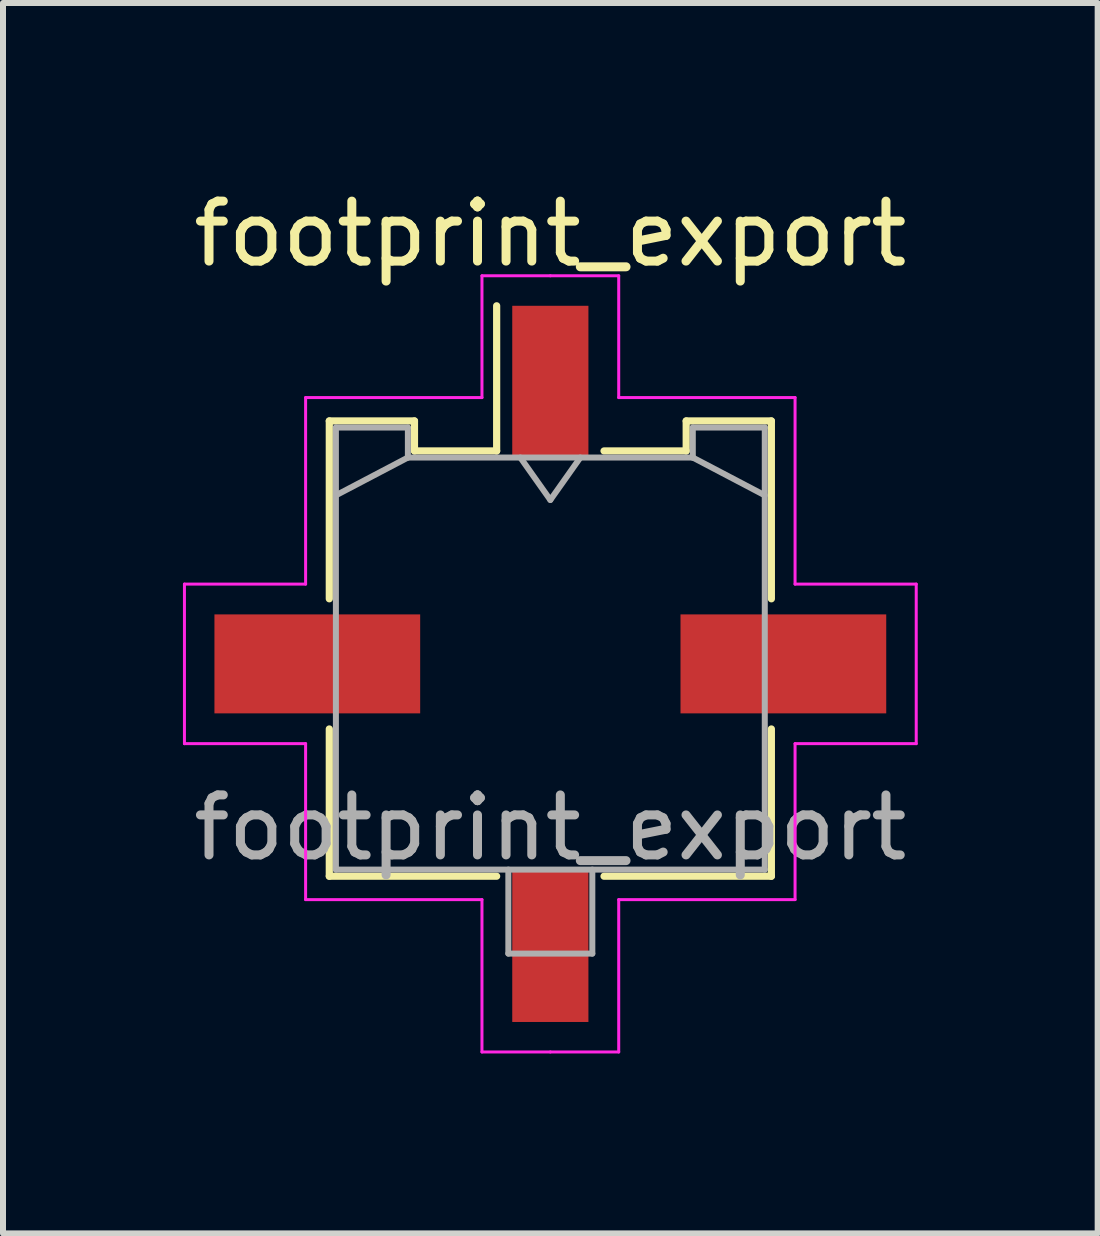
<source format=kicad_pcb>
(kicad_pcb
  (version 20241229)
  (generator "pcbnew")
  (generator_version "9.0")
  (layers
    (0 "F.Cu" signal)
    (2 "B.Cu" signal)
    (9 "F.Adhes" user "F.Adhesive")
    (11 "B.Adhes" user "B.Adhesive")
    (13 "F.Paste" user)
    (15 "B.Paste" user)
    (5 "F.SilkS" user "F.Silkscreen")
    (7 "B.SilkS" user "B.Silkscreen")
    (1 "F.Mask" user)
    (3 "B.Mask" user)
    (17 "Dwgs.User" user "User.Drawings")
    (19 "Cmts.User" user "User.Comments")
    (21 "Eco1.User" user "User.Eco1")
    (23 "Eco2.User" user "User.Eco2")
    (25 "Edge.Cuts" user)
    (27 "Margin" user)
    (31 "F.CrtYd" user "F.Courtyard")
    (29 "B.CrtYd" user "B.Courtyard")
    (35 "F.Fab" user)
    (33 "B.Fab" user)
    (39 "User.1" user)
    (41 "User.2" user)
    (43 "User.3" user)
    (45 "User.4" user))
  (footprint "footprint_export"
    (layer "F.Cu")
    (at 6.125 8.018)
    (property "Reference" "footprint_export" (at 0 -7.17 0) (layer "F.SilkS") (effects (font (size 1 1) (thickness 0.15))))
    (attr smd)
    (fp_line (start -3.685 -4.05) (end -2.265 -4.05) (stroke (width 0.12) (type solid)) (layer "F.SilkS"))
    (fp_line (start -3.685 -1.085) (end -3.685 -4.05) (stroke (width 0.12) (type solid)) (layer "F.SilkS"))
    (fp_line (start -3.685 1.085) (end -3.685 3.54) (stroke (width 0.12) (type solid)) (layer "F.SilkS"))
    (fp_line (start -3.685 3.54) (end -0.895 3.54) (stroke (width 0.12) (type solid)) (layer "F.SilkS"))
    (fp_line (start -2.265 -4.05) (end -2.265 -3.55) (stroke (width 0.12) (type solid)) (layer "F.SilkS"))
    (fp_line (start -2.265 -3.55) (end -0.895 -3.55) (stroke (width 0.12) (type solid)) (layer "F.SilkS"))
    (fp_line (start -0.895 -3.55) (end -0.895 -5.97) (stroke (width 0.12) (type solid)) (layer "F.SilkS"))
    (fp_line (start 2.265 -4.05) (end 2.265 -3.55) (stroke (width 0.12) (type solid)) (layer "F.SilkS"))
    (fp_line (start 2.265 -3.55) (end 0.895 -3.55) (stroke (width 0.12) (type solid)) (layer "F.SilkS"))
    (fp_line (start 3.685 -4.05) (end 2.265 -4.05) (stroke (width 0.12) (type solid)) (layer "F.SilkS"))
    (fp_line (start 3.685 -1.085) (end 3.685 -4.05) (stroke (width 0.12) (type solid)) (layer "F.SilkS"))
    (fp_line (start 3.685 1.085) (end 3.685 3.54) (stroke (width 0.12) (type solid)) (layer "F.SilkS"))
    (fp_line (start 3.685 3.54) (end 0.895 3.54) (stroke (width 0.12) (type solid)) (layer "F.SilkS"))
    (fp_line (start -6.1 -1.33) (end -6.1 1.33) (stroke (width 0.05) (type solid)) (layer "F.CrtYd"))
    (fp_line (start -6.1 1.33) (end -4.08 1.33) (stroke (width 0.05) (type solid)) (layer "F.CrtYd"))
    (fp_line (start -4.08 -4.44) (end -4.08 -1.33) (stroke (width 0.05) (type solid)) (layer "F.CrtYd"))
    (fp_line (start -4.08 -1.33) (end -6.1 -1.33) (stroke (width 0.05) (type solid)) (layer "F.CrtYd"))
    (fp_line (start -4.08 1.33) (end -4.08 3.93) (stroke (width 0.05) (type solid)) (layer "F.CrtYd"))
    (fp_line (start -4.08 3.93) (end -1.14 3.93) (stroke (width 0.05) (type solid)) (layer "F.CrtYd"))
    (fp_line (start -1.14 -6.47) (end -1.14 -4.44) (stroke (width 0.05) (type solid)) (layer "F.CrtYd"))
    (fp_line (start -1.14 -4.44) (end -4.08 -4.44) (stroke (width 0.05) (type solid)) (layer "F.CrtYd"))
    (fp_line (start -1.14 3.93) (end -1.14 6.47) (stroke (width 0.05) (type solid)) (layer "F.CrtYd"))
    (fp_line (start -1.14 6.47) (end 0 6.47) (stroke (width 0.05) (type solid)) (layer "F.CrtYd"))
    (fp_line (start 0 -6.47) (end -1.14 -6.47) (stroke (width 0.05) (type solid)) (layer "F.CrtYd"))
    (fp_line (start 0 -6.47) (end 1.14 -6.47) (stroke (width 0.05) (type solid)) (layer "F.CrtYd"))
    (fp_line (start 1.14 -6.47) (end 1.14 -4.44) (stroke (width 0.05) (type solid)) (layer "F.CrtYd"))
    (fp_line (start 1.14 -4.44) (end 4.08 -4.44) (stroke (width 0.05) (type solid)) (layer "F.CrtYd"))
    (fp_line (start 1.14 3.93) (end 1.14 6.47) (stroke (width 0.05) (type solid)) (layer "F.CrtYd"))
    (fp_line (start 1.14 6.47) (end 0 6.47) (stroke (width 0.05) (type solid)) (layer "F.CrtYd"))
    (fp_line (start 4.08 -4.44) (end 4.08 -1.33) (stroke (width 0.05) (type solid)) (layer "F.CrtYd"))
    (fp_line (start 4.08 -1.33) (end 6.1 -1.33) (stroke (width 0.05) (type solid)) (layer "F.CrtYd"))
    (fp_line (start 4.08 1.33) (end 4.08 3.93) (stroke (width 0.05) (type solid)) (layer "F.CrtYd"))
    (fp_line (start 4.08 3.93) (end 1.14 3.93) (stroke (width 0.05) (type solid)) (layer "F.CrtYd"))
    (fp_line (start 6.1 -1.33) (end 6.1 1.33) (stroke (width 0.05) (type solid)) (layer "F.CrtYd"))
    (fp_line (start 6.1 1.33) (end 4.08 1.33) (stroke (width 0.05) (type solid)) (layer "F.CrtYd"))
    (fp_line (start -3.575 -3.94) (end -3.575 3.43) (stroke (width 0.1) (type solid)) (layer "F.Fab"))
    (fp_line (start -3.575 -2.81) (end -2.375 -3.44) (stroke (width 0.1) (type solid)) (layer "F.Fab"))
    (fp_line (start -3.575 3.43) (end 3.575 3.43) (stroke (width 0.1) (type solid)) (layer "F.Fab"))
    (fp_line (start -2.375 -3.94) (end -3.575 -3.94) (stroke (width 0.1) (type solid)) (layer "F.Fab"))
    (fp_line (start -2.375 -3.44) (end -2.375 -3.94) (stroke (width 0.1) (type solid)) (layer "F.Fab"))
    (fp_line (start -0.7 3.43) (end -0.7 4.83) (stroke (width 0.1) (type solid)) (layer "F.Fab"))
    (fp_line (start -0.7 4.83) (end 0.7 4.83) (stroke (width 0.1) (type solid)) (layer "F.Fab"))
    (fp_line (start -0.5 -3.44) (end 0 -2.733) (stroke (width 0.1) (type solid)) (layer "F.Fab"))
    (fp_line (start 0 -2.733) (end 0.5 -3.44) (stroke (width 0.1) (type solid)) (layer "F.Fab"))
    (fp_line (start 0.7 4.83) (end 0.7 3.43) (stroke (width 0.1) (type solid)) (layer "F.Fab"))
    (fp_line (start 2.375 -3.94) (end 2.375 -3.44) (stroke (width 0.1) (type solid)) (layer "F.Fab"))
    (fp_line (start 2.375 -3.44) (end -2.375 -3.44) (stroke (width 0.1) (type solid)) (layer "F.Fab"))
    (fp_line (start 3.575 -3.94) (end 2.375 -3.94) (stroke (width 0.1) (type solid)) (layer "F.Fab"))
    (fp_line (start 3.575 -2.81) (end 2.375 -3.44) (stroke (width 0.1) (type solid)) (layer "F.Fab"))
    (fp_line (start 3.575 3.43) (end 3.575 -3.94) (stroke (width 0.1) (type solid)) (layer "F.Fab"))
    (fp_text user "${REFERENCE}" (at 0 2.73 0) (layer "F.Fab") (effects (font (size 1 1) (thickness 0.15))))
    (pad "1" smd rect (at 0 -4.7) (size 1.27 2.54) (layers "F.Cu" "F.Mask" "F.Paste"))
    (pad "2" smd rect (at 0 4.7) (size 1.27 2.54) (layers "F.Cu" "F.Mask" "F.Paste"))
    (pad "MP" smd rect (at -3.885 0) (size 3.43 1.65) (layers "F.Cu" "F.Mask" "F.Paste"))
    (pad "MP" smd rect (at 3.885 0) (size 3.43 1.65) (layers "F.Cu" "F.Mask" "F.Paste")))
  (gr_rect
    (start -3 -3)
    (end 15.25 17.513)
    (stroke (width 0.1) (type default))
    (fill no)
    (layer "Edge.Cuts")))
</source>
